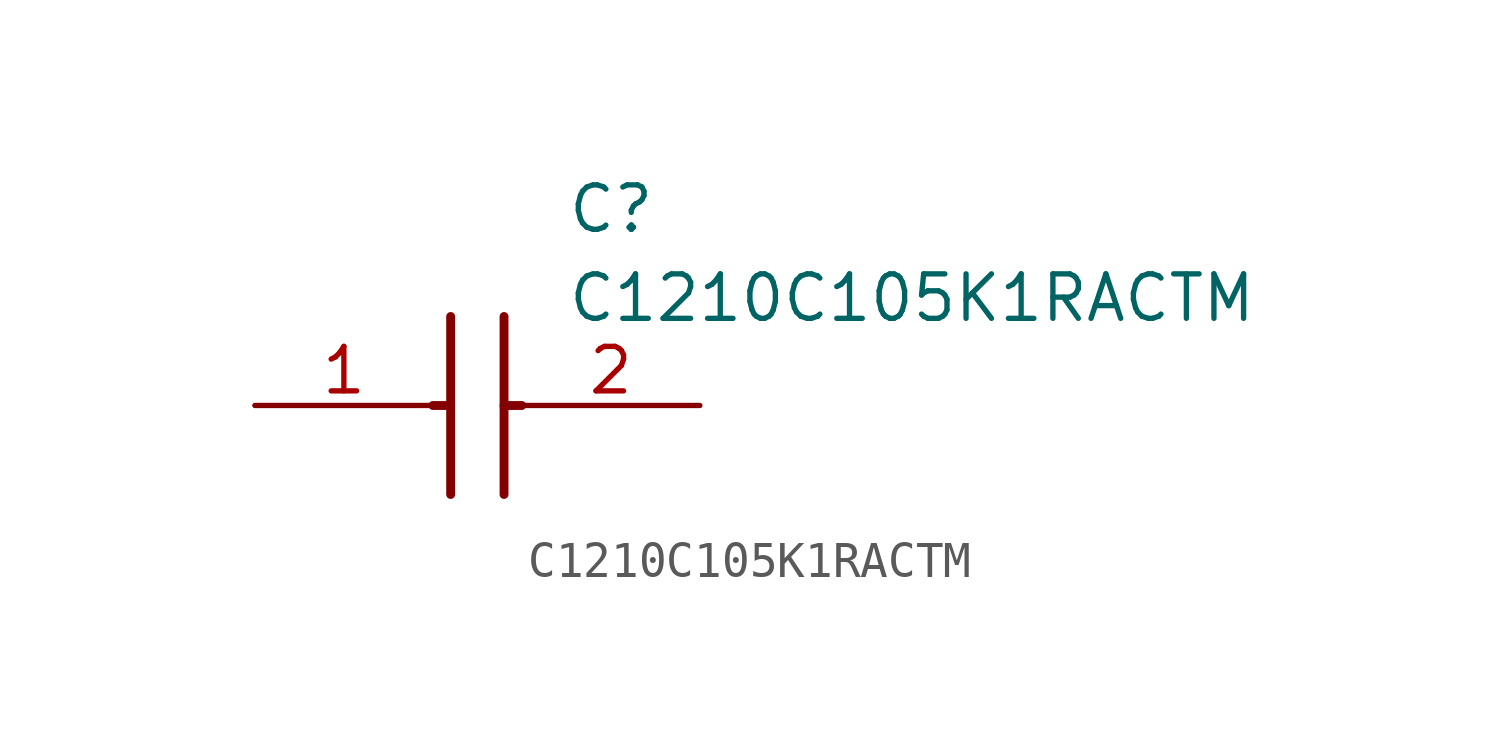
<source format=kicad_sym>
(kicad_symbol_lib
  (version 20211014)
  (generator SamacSys_ECAD_Model)
  (symbol "C1210C105K1RACTM"
    (pin_names hide)
    (property "Reference" "C"
      (at 8.89 6.35 0)
      (effects (font (size 1.27 1.27)) (justify left top)))
    (property "Value" "C1210C105K1RACTM"
      (at 8.89 3.81 0)
      (effects (font (size 1.27 1.27)) (justify left top)))
    (polyline
      (pts (xy 5.588 2.54) (xy 5.588 -2.54))
      (stroke (width 0.254) (type default))
      (fill (type none)))
    (polyline
      (pts (xy 7.112 2.54) (xy 7.112 -2.54))
      (stroke (width 0.254) (type default))
      (fill (type none)))
    (polyline
      (pts (xy 5.08 0) (xy 5.588 0))
      (stroke (width 0.254) (type default))
      (fill (type none)))
    (polyline
      (pts (xy 7.112 0) (xy 7.62 0))
      (stroke (width 0.254) (type default))
      (fill (type none)))
    (pin passive line
      (at 0 0 0)
      (length 5.08)
      (name "1" (effects (font (size 1.27 1.27))))
      (number "1" (effects (font (size 1.27 1.27)))))
    (pin passive line
      (at 12.7 0 180)
      (length 5.08)
      (name "2" (effects (font (size 1.27 1.27))))
      (number "2" (effects (font (size 1.27 1.27)))))))
</source>
